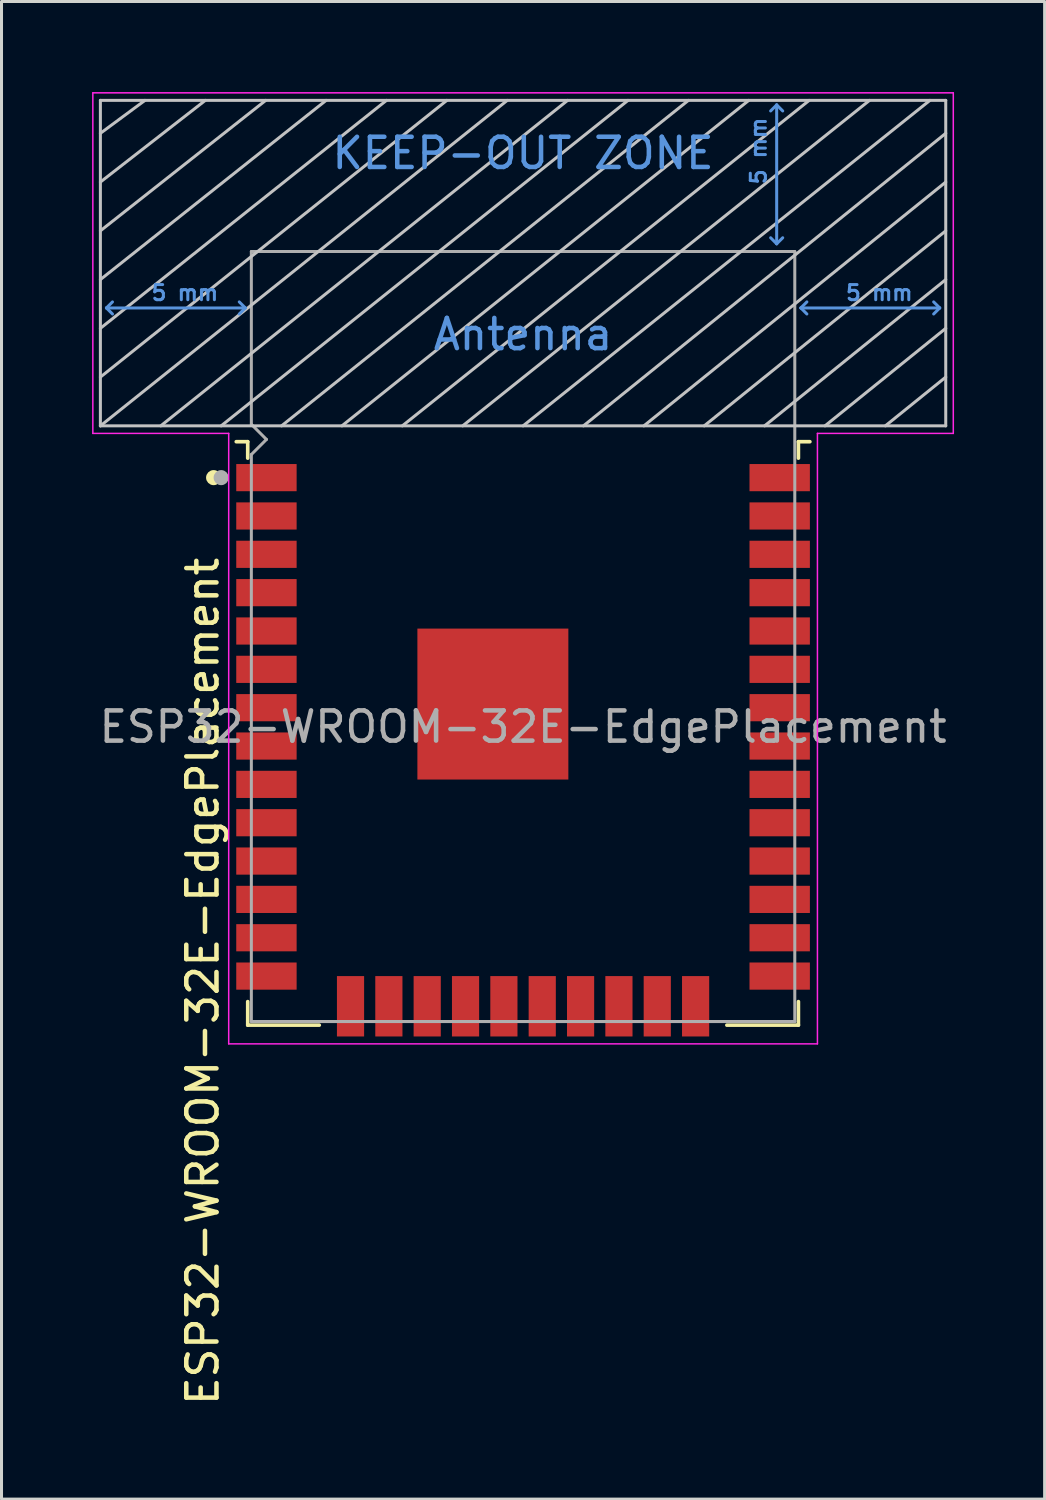
<source format=kicad_pcb>
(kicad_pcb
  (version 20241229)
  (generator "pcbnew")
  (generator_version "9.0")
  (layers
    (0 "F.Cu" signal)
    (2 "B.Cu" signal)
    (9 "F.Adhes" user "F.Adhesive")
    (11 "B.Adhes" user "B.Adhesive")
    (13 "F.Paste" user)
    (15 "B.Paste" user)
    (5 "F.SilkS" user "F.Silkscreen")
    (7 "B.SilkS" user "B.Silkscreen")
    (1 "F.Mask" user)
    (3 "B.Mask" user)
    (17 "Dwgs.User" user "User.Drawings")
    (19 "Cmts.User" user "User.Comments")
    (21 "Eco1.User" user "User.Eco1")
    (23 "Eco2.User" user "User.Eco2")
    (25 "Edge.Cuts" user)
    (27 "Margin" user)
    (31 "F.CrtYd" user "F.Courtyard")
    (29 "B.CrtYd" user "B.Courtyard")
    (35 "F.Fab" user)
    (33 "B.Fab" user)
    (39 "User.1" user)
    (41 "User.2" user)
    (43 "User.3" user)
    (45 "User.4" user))
  (footprint "ESP32-WROOM-32E-EdgePlacement"
    (layer "F.Cu")
    (at 14.275 21.025)
    (property "Reference" "ESP32-WROOM-32E-EdgePlacement" (at -10.61 8.43 90) (layer "F.SilkS") (effects (font (size 1 1) (thickness 0.15))))
    (attr smd)
    (fp_line (start -9.12 -9.445) (end -9.5 -9.445) (stroke (width 0.12) (type solid)) (layer "F.SilkS"))
    (fp_line (start -9.12 -9.445) (end -9.12 -8.9) (stroke (width 0.12) (type solid)) (layer "F.SilkS"))
    (fp_line (start -9.12 9.1) (end -9.12 9.88) (stroke (width 0.12) (type solid)) (layer "F.SilkS"))
    (fp_line (start -9.12 9.88) (end -6.75 9.88) (stroke (width 0.12) (type solid)) (layer "F.SilkS"))
    (fp_line (start 9.12 -9.445) (end 9.12 -8.9) (stroke (width 0.12) (type solid)) (layer "F.SilkS"))
    (fp_line (start 9.12 -9.445) (end 9.5 -9.445) (stroke (width 0.12) (type solid)) (layer "F.SilkS"))
    (fp_line (start 9.12 9.1) (end 9.12 9.88) (stroke (width 0.12) (type solid)) (layer "F.SilkS"))
    (fp_line (start 9.12 9.88) (end 6.75 9.88) (stroke (width 0.12) (type solid)) (layer "F.SilkS"))
    (fp_circle (center -10.25 -8.255) (end -10.125 -8.255) (stroke (width 0.25) (type solid)) (fill no) (layer "F.SilkS"))
    (fp_line (start -14 -9.97) (end -14 -20.75) (stroke (width 0.1) (type solid)) (layer "Dwgs.User"))
    (fp_line (start -12.525 -20.75) (end -14 -19.66) (stroke (width 0.1) (type solid)) (layer "Dwgs.User"))
    (fp_line (start -10.525 -20.75) (end -14 -18.045) (stroke (width 0.1) (type solid)) (layer "Dwgs.User"))
    (fp_line (start -8.525 -20.75) (end -14 -16.43) (stroke (width 0.1) (type solid)) (layer "Dwgs.User"))
    (fp_line (start -8 -9.97) (end 5.475 -20.75) (stroke (width 0.1) (type solid)) (layer "Dwgs.User"))
    (fp_line (start -6.525 -20.75) (end -14 -14.815) (stroke (width 0.1) (type solid)) (layer "Dwgs.User"))
    (fp_line (start -4.525 -20.75) (end -14 -13.2) (stroke (width 0.1) (type solid)) (layer "Dwgs.User"))
    (fp_line (start -2.525 -20.75) (end -14 -11.585) (stroke (width 0.1) (type solid)) (layer "Dwgs.User"))
    (fp_line (start -0.525 -20.75) (end -14 -9.97) (stroke (width 0.1) (type solid)) (layer "Dwgs.User"))
    (fp_line (start 1.475 -20.75) (end -12 -9.97) (stroke (width 0.1) (type solid)) (layer "Dwgs.User"))
    (fp_line (start 3.475 -20.75) (end -10 -9.97) (stroke (width 0.1) (type solid)) (layer "Dwgs.User"))
    (fp_line (start 7.475 -20.75) (end -6 -9.97) (stroke (width 0.1) (type solid)) (layer "Dwgs.User"))
    (fp_line (start 9.475 -20.75) (end -4 -9.97) (stroke (width 0.1) (type solid)) (layer "Dwgs.User"))
    (fp_line (start 11.475 -20.75) (end -2 -9.97) (stroke (width 0.1) (type solid)) (layer "Dwgs.User"))
    (fp_line (start 13.475 -20.75) (end 0 -9.97) (stroke (width 0.1) (type solid)) (layer "Dwgs.User"))
    (fp_line (start 14 -20.75) (end -14 -20.75) (stroke (width 0.1) (type solid)) (layer "Dwgs.User"))
    (fp_line (start 14 -19.66) (end 2 -9.97) (stroke (width 0.1) (type solid)) (layer "Dwgs.User"))
    (fp_line (start 14 -18.045) (end 4 -9.97) (stroke (width 0.1) (type solid)) (layer "Dwgs.User"))
    (fp_line (start 14 -16.43) (end 6 -9.97) (stroke (width 0.1) (type solid)) (layer "Dwgs.User"))
    (fp_line (start 14 -14.815) (end 8 -9.97) (stroke (width 0.1) (type solid)) (layer "Dwgs.User"))
    (fp_line (start 14 -13.2) (end 10 -9.97) (stroke (width 0.1) (type solid)) (layer "Dwgs.User"))
    (fp_line (start 14 -11.585) (end 12 -9.97) (stroke (width 0.1) (type solid)) (layer "Dwgs.User"))
    (fp_line (start 14 -9.97) (end -14 -9.97) (stroke (width 0.1) (type solid)) (layer "Dwgs.User"))
    (fp_line (start 14 -9.97) (end 14 -20.75) (stroke (width 0.1) (type solid)) (layer "Dwgs.User"))
    (fp_line (start -13.8 -13.875) (end -13.6 -14.075) (stroke (width 0.1) (type solid)) (layer "Cmts.User"))
    (fp_line (start -13.8 -13.875) (end -13.6 -13.675) (stroke (width 0.1) (type solid)) (layer "Cmts.User"))
    (fp_line (start -13.8 -13.875) (end -9.2 -13.875) (stroke (width 0.1) (type solid)) (layer "Cmts.User"))
    (fp_line (start -9.2 -13.875) (end -9.4 -14.075) (stroke (width 0.1) (type solid)) (layer "Cmts.User"))
    (fp_line (start -9.2 -13.875) (end -9.4 -13.675) (stroke (width 0.1) (type solid)) (layer "Cmts.User"))
    (fp_line (start 8.4 -20.6) (end 8.2 -20.4) (stroke (width 0.1) (type solid)) (layer "Cmts.User"))
    (fp_line (start 8.4 -20.6) (end 8.6 -20.4) (stroke (width 0.1) (type solid)) (layer "Cmts.User"))
    (fp_line (start 8.4 -16) (end 8.2 -16.2) (stroke (width 0.1) (type solid)) (layer "Cmts.User"))
    (fp_line (start 8.4 -16) (end 8.4 -20.6) (stroke (width 0.1) (type solid)) (layer "Cmts.User"))
    (fp_line (start 8.4 -16) (end 8.6 -16.2) (stroke (width 0.1) (type solid)) (layer "Cmts.User"))
    (fp_line (start 9.2 -13.875) (end 9.4 -14.075) (stroke (width 0.1) (type solid)) (layer "Cmts.User"))
    (fp_line (start 9.2 -13.875) (end 9.4 -13.675) (stroke (width 0.1) (type solid)) (layer "Cmts.User"))
    (fp_line (start 9.2 -13.875) (end 13.8 -13.875) (stroke (width 0.1) (type solid)) (layer "Cmts.User"))
    (fp_line (start 13.8 -13.875) (end 13.6 -14.075) (stroke (width 0.1) (type solid)) (layer "Cmts.User"))
    (fp_line (start 13.8 -13.875) (end 13.6 -13.675) (stroke (width 0.1) (type solid)) (layer "Cmts.User"))
    (fp_line (start -14.25 -21) (end -14.25 -9.72) (stroke (width 0.05) (type solid)) (layer "F.CrtYd"))
    (fp_line (start -14.25 -21) (end 14.25 -21) (stroke (width 0.05) (type solid)) (layer "F.CrtYd"))
    (fp_line (start -14.25 -9.72) (end -9.75 -9.72) (stroke (width 0.05) (type solid)) (layer "F.CrtYd"))
    (fp_line (start -9.75 10.5) (end -9.75 -9.72) (stroke (width 0.05) (type solid)) (layer "F.CrtYd"))
    (fp_line (start -9.75 10.5) (end 9.75 10.5) (stroke (width 0.05) (type solid)) (layer "F.CrtYd"))
    (fp_line (start 9.75 -9.72) (end 9.75 10.5) (stroke (width 0.05) (type solid)) (layer "F.CrtYd"))
    (fp_line (start 9.75 -9.72) (end 14.25 -9.72) (stroke (width 0.05) (type solid)) (layer "F.CrtYd"))
    (fp_line (start 14.25 -21) (end 14.25 -9.72) (stroke (width 0.05) (type solid)) (layer "F.CrtYd"))
    (fp_line (start -9 -15.745) (end -9 -10.02) (stroke (width 0.1) (type solid)) (layer "F.Fab"))
    (fp_line (start -9 -15.745) (end 9 -15.745) (stroke (width 0.1) (type solid)) (layer "F.Fab"))
    (fp_line (start -9 -9.02) (end -9 9.76) (stroke (width 0.1) (type solid)) (layer "F.Fab"))
    (fp_line (start -9 -9.02) (end -8.5 -9.52) (stroke (width 0.1) (type solid)) (layer "F.Fab"))
    (fp_line (start -9 9.76) (end 9 9.76) (stroke (width 0.1) (type solid)) (layer "F.Fab"))
    (fp_line (start -8.5 -9.52) (end -9 -10.02) (stroke (width 0.1) (type solid)) (layer "F.Fab"))
    (fp_line (start 9 9.76) (end 9 -15.745) (stroke (width 0.1) (type solid)) (layer "F.Fab"))
    (fp_circle (center -10 -8.255) (end -9.875 -8.255) (stroke (width 0.25) (type solid)) (fill no) (layer "F.Fab"))
    (fp_text user "KEEP-OUT ZONE" (at 0 -19 0) (layer "Cmts.User") (effects (font (size 1 1) (thickness 0.15))))
    (fp_text user "5 mm" (at 7.8 -19.075 90) (layer "Cmts.User") (effects (font (size 0.5 0.5) (thickness 0.1))))
    (fp_text user "Antenna" (at 0 -13 0) (layer "Cmts.User") (effects (font (size 1 1) (thickness 0.15))))
    (fp_text user "5 mm" (at 11.8 -14.375 0) (layer "Cmts.User") (effects (font (size 0.5 0.5) (thickness 0.1))))
    (fp_text user "5 mm" (at -11.2 -14.375 0) (layer "Cmts.User") (effects (font (size 0.5 0.5) (thickness 0.1))))
    (fp_text user "${REFERENCE}" (at 0 0 0) (layer "F.Fab") (effects (font (size 1 1) (thickness 0.15))))
    (pad "1" smd rect (at -8.5 -8.255) (size 2 0.9) (layers "F.Cu" "F.Mask" "F.Paste"))
    (pad "2" smd rect (at -8.5 -6.985) (size 2 0.9) (layers "F.Cu" "F.Mask" "F.Paste"))
    (pad "3" smd rect (at -8.5 -5.715) (size 2 0.9) (layers "F.Cu" "F.Mask" "F.Paste"))
    (pad "4" smd rect (at -8.5 -4.445) (size 2 0.9) (layers "F.Cu" "F.Mask" "F.Paste"))
    (pad "5" smd rect (at -8.5 -3.175) (size 2 0.9) (layers "F.Cu" "F.Mask" "F.Paste"))
    (pad "6" smd rect (at -8.5 -1.905) (size 2 0.9) (layers "F.Cu" "F.Mask" "F.Paste"))
    (pad "7" smd rect (at -8.5 -0.635) (size 2 0.9) (layers "F.Cu" "F.Mask" "F.Paste"))
    (pad "8" smd rect (at -8.5 0.635) (size 2 0.9) (layers "F.Cu" "F.Mask" "F.Paste"))
    (pad "9" smd rect (at -8.5 1.905) (size 2 0.9) (layers "F.Cu" "F.Mask" "F.Paste"))
    (pad "10" smd rect (at -8.5 3.175) (size 2 0.9) (layers "F.Cu" "F.Mask" "F.Paste"))
    (pad "11" smd rect (at -8.5 4.445) (size 2 0.9) (layers "F.Cu" "F.Mask" "F.Paste"))
    (pad "12" smd rect (at -8.5 5.715) (size 2 0.9) (layers "F.Cu" "F.Mask" "F.Paste"))
    (pad "13" smd rect (at -8.5 6.985) (size 2 0.9) (layers "F.Cu" "F.Mask" "F.Paste"))
    (pad "14" smd rect (at -8.5 8.255) (size 2 0.9) (layers "F.Cu" "F.Mask" "F.Paste"))
    (pad "15" smd rect (at -5.715 9.255 90) (size 2 0.9) (layers "F.Cu" "F.Mask" "F.Paste"))
    (pad "16" smd rect (at -4.445 9.255 90) (size 2 0.9) (layers "F.Cu" "F.Mask" "F.Paste"))
    (pad "17" smd rect (at -3.175 9.255 90) (size 2 0.9) (layers "F.Cu" "F.Mask" "F.Paste"))
    (pad "18" smd rect (at -1.905 9.255 90) (size 2 0.9) (layers "F.Cu" "F.Mask" "F.Paste"))
    (pad "19" smd rect (at -0.635 9.255 90) (size 2 0.9) (layers "F.Cu" "F.Mask" "F.Paste"))
    (pad "20" smd rect (at 0.635 9.255 90) (size 2 0.9) (layers "F.Cu" "F.Mask" "F.Paste"))
    (pad "21" smd rect (at 1.905 9.255 90) (size 2 0.9) (layers "F.Cu" "F.Mask" "F.Paste"))
    (pad "22" smd rect (at 3.175 9.255 90) (size 2 0.9) (layers "F.Cu" "F.Mask" "F.Paste"))
    (pad "23" smd rect (at 4.445 9.255 90) (size 2 0.9) (layers "F.Cu" "F.Mask" "F.Paste"))
    (pad "24" smd rect (at 5.715 9.255 90) (size 2 0.9) (layers "F.Cu" "F.Mask" "F.Paste"))
    (pad "25" smd rect (at 8.5 8.255) (size 2 0.9) (layers "F.Cu" "F.Mask" "F.Paste"))
    (pad "26" smd rect (at 8.5 6.985) (size 2 0.9) (layers "F.Cu" "F.Mask" "F.Paste"))
    (pad "27" smd rect (at 8.5 5.715) (size 2 0.9) (layers "F.Cu" "F.Mask" "F.Paste"))
    (pad "28" smd rect (at 8.5 4.445) (size 2 0.9) (layers "F.Cu" "F.Mask" "F.Paste"))
    (pad "29" smd rect (at 8.5 3.175) (size 2 0.9) (layers "F.Cu" "F.Mask" "F.Paste"))
    (pad "30" smd rect (at 8.5 1.905) (size 2 0.9) (layers "F.Cu" "F.Mask" "F.Paste"))
    (pad "31" smd rect (at 8.5 0.635) (size 2 0.9) (layers "F.Cu" "F.Mask" "F.Paste"))
    (pad "32" smd rect (at 8.5 -0.635) (size 2 0.9) (layers "F.Cu" "F.Mask" "F.Paste"))
    (pad "33" smd rect (at 8.5 -1.905) (size 2 0.9) (layers "F.Cu" "F.Mask" "F.Paste"))
    (pad "34" smd rect (at 8.5 -3.175) (size 2 0.9) (layers "F.Cu" "F.Mask" "F.Paste"))
    (pad "35" smd rect (at 8.5 -4.445) (size 2 0.9) (layers "F.Cu" "F.Mask" "F.Paste"))
    (pad "36" smd rect (at 8.5 -5.715) (size 2 0.9) (layers "F.Cu" "F.Mask" "F.Paste"))
    (pad "37" smd rect (at 8.5 -6.985) (size 2 0.9) (layers "F.Cu" "F.Mask" "F.Paste"))
    (pad "38" smd rect (at 8.5 -8.255) (size 2 0.9) (layers "F.Cu" "F.Mask" "F.Paste"))
    (pad "39" smd rect (at -1 -0.755) (size 5 5) (layers "F.Cu" "F.Mask" "F.Paste")))
  (gr_rect
    (start -3 -3)
    (end 31.55 46.604)
    (stroke (width 0.1) (type default))
    (fill no)
    (layer "Edge.Cuts")))
</source>
